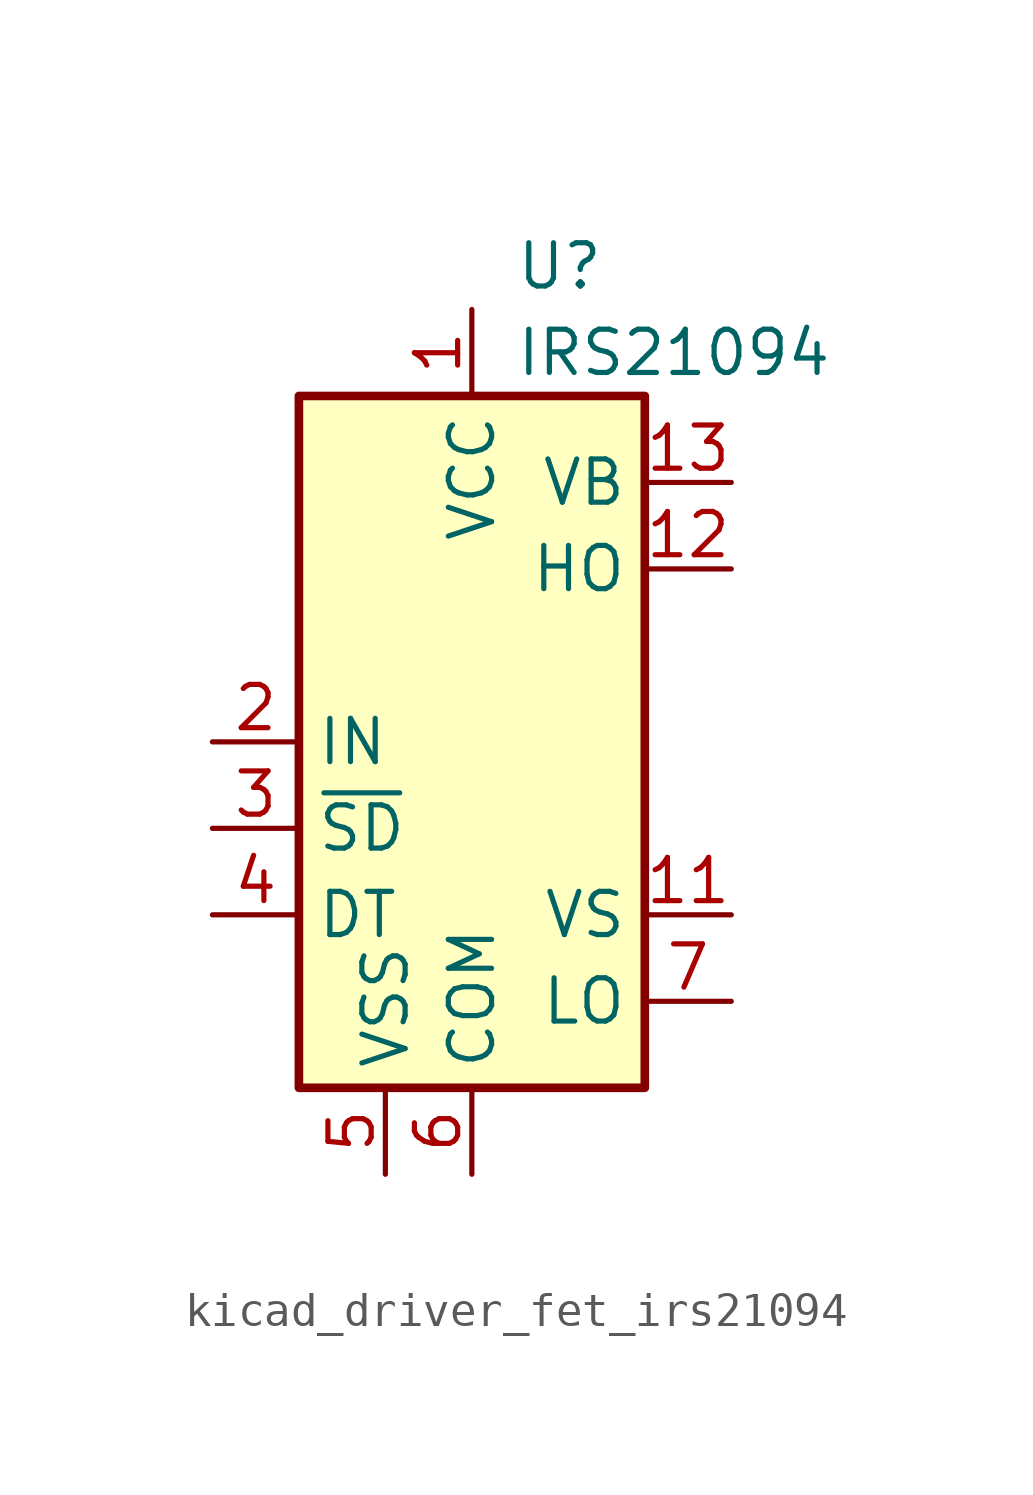
<source format=kicad_sym>
(kicad_symbol_lib
  (version 20220914)
  (generator kicad_symbol_editor)
  (symbol "kicad_driver_fet_irs21094"
    (property "Reference" "U"
      (at 1.27 13.97 0)
      (effects (font (size 1.27 1.27)) (justify left)))
    (property "Value" "IRS21094"
      (at 1.27 11.43 0)
      (effects (font (size 1.27 1.27)) (justify left)))
    (symbol "kicad_driver_fet_irs21094_0_1"
      (rectangle (start -5.08 -10.16) (end 5.08 10.16) (stroke (width 0.254) (type default)) (fill (type background))))
    (symbol "kicad_driver_fet_irs21094_1_1"
      (pin power_in line (at 0 12.7 270) (length 2.54) (name "VCC" (effects (font (size 1.27 1.27)))) (number "1" (effects (font (size 1.27 1.27)))))
      (pin no_connect line (at -5.08 2.54 0) (length 2.54) hide (name "NC" (effects (font (size 1.27 1.27)))) (number "10" (effects (font (size 1.27 1.27)))))
      (pin passive line (at 7.62 -5.08 180) (length 2.54) (name "VS" (effects (font (size 1.27 1.27)))) (number "11" (effects (font (size 1.27 1.27)))))
      (pin output line (at 7.62 5.08 180) (length 2.54) (name "HO" (effects (font (size 1.27 1.27)))) (number "12" (effects (font (size 1.27 1.27)))))
      (pin passive line (at 7.62 7.62 180) (length 2.54) (name "VB" (effects (font (size 1.27 1.27)))) (number "13" (effects (font (size 1.27 1.27)))))
      (pin no_connect line (at 5.08 2.54 180) (length 2.54) hide (name "NC" (effects (font (size 1.27 1.27)))) (number "14" (effects (font (size 1.27 1.27)))))
      (pin input line (at -7.62 0 0) (length 2.54) (name "IN" (effects (font (size 1.27 1.27)))) (number "2" (effects (font (size 1.27 1.27)))))
      (pin input line (at -7.62 -2.54 0) (length 2.54) (name "~{SD}" (effects (font (size 1.27 1.27)))) (number "3" (effects (font (size 1.27 1.27)))))
      (pin input line (at -7.62 -5.08 0) (length 2.54) (name "DT" (effects (font (size 1.27 1.27)))) (number "4" (effects (font (size 1.27 1.27)))))
      (pin power_in line (at -2.54 -12.7 90) (length 2.54) (name "VSS" (effects (font (size 1.27 1.27)))) (number "5" (effects (font (size 1.27 1.27)))))
      (pin power_in line (at 0 -12.7 90) (length 2.54) (name "COM" (effects (font (size 1.27 1.27)))) (number "6" (effects (font (size 1.27 1.27)))))
      (pin output line (at 7.62 -7.62 180) (length 2.54) (name "LO" (effects (font (size 1.27 1.27)))) (number "7" (effects (font (size 1.27 1.27)))))
      (pin no_connect line (at -5.08 7.62 0) (length 2.54) hide (name "NC" (effects (font (size 1.27 1.27)))) (number "8" (effects (font (size 1.27 1.27)))))
      (pin no_connect line (at -5.08 5.08 0) (length 2.54) hide (name "NC" (effects (font (size 1.27 1.27)))) (number "9" (effects (font (size 1.27 1.27))))))))
</source>
